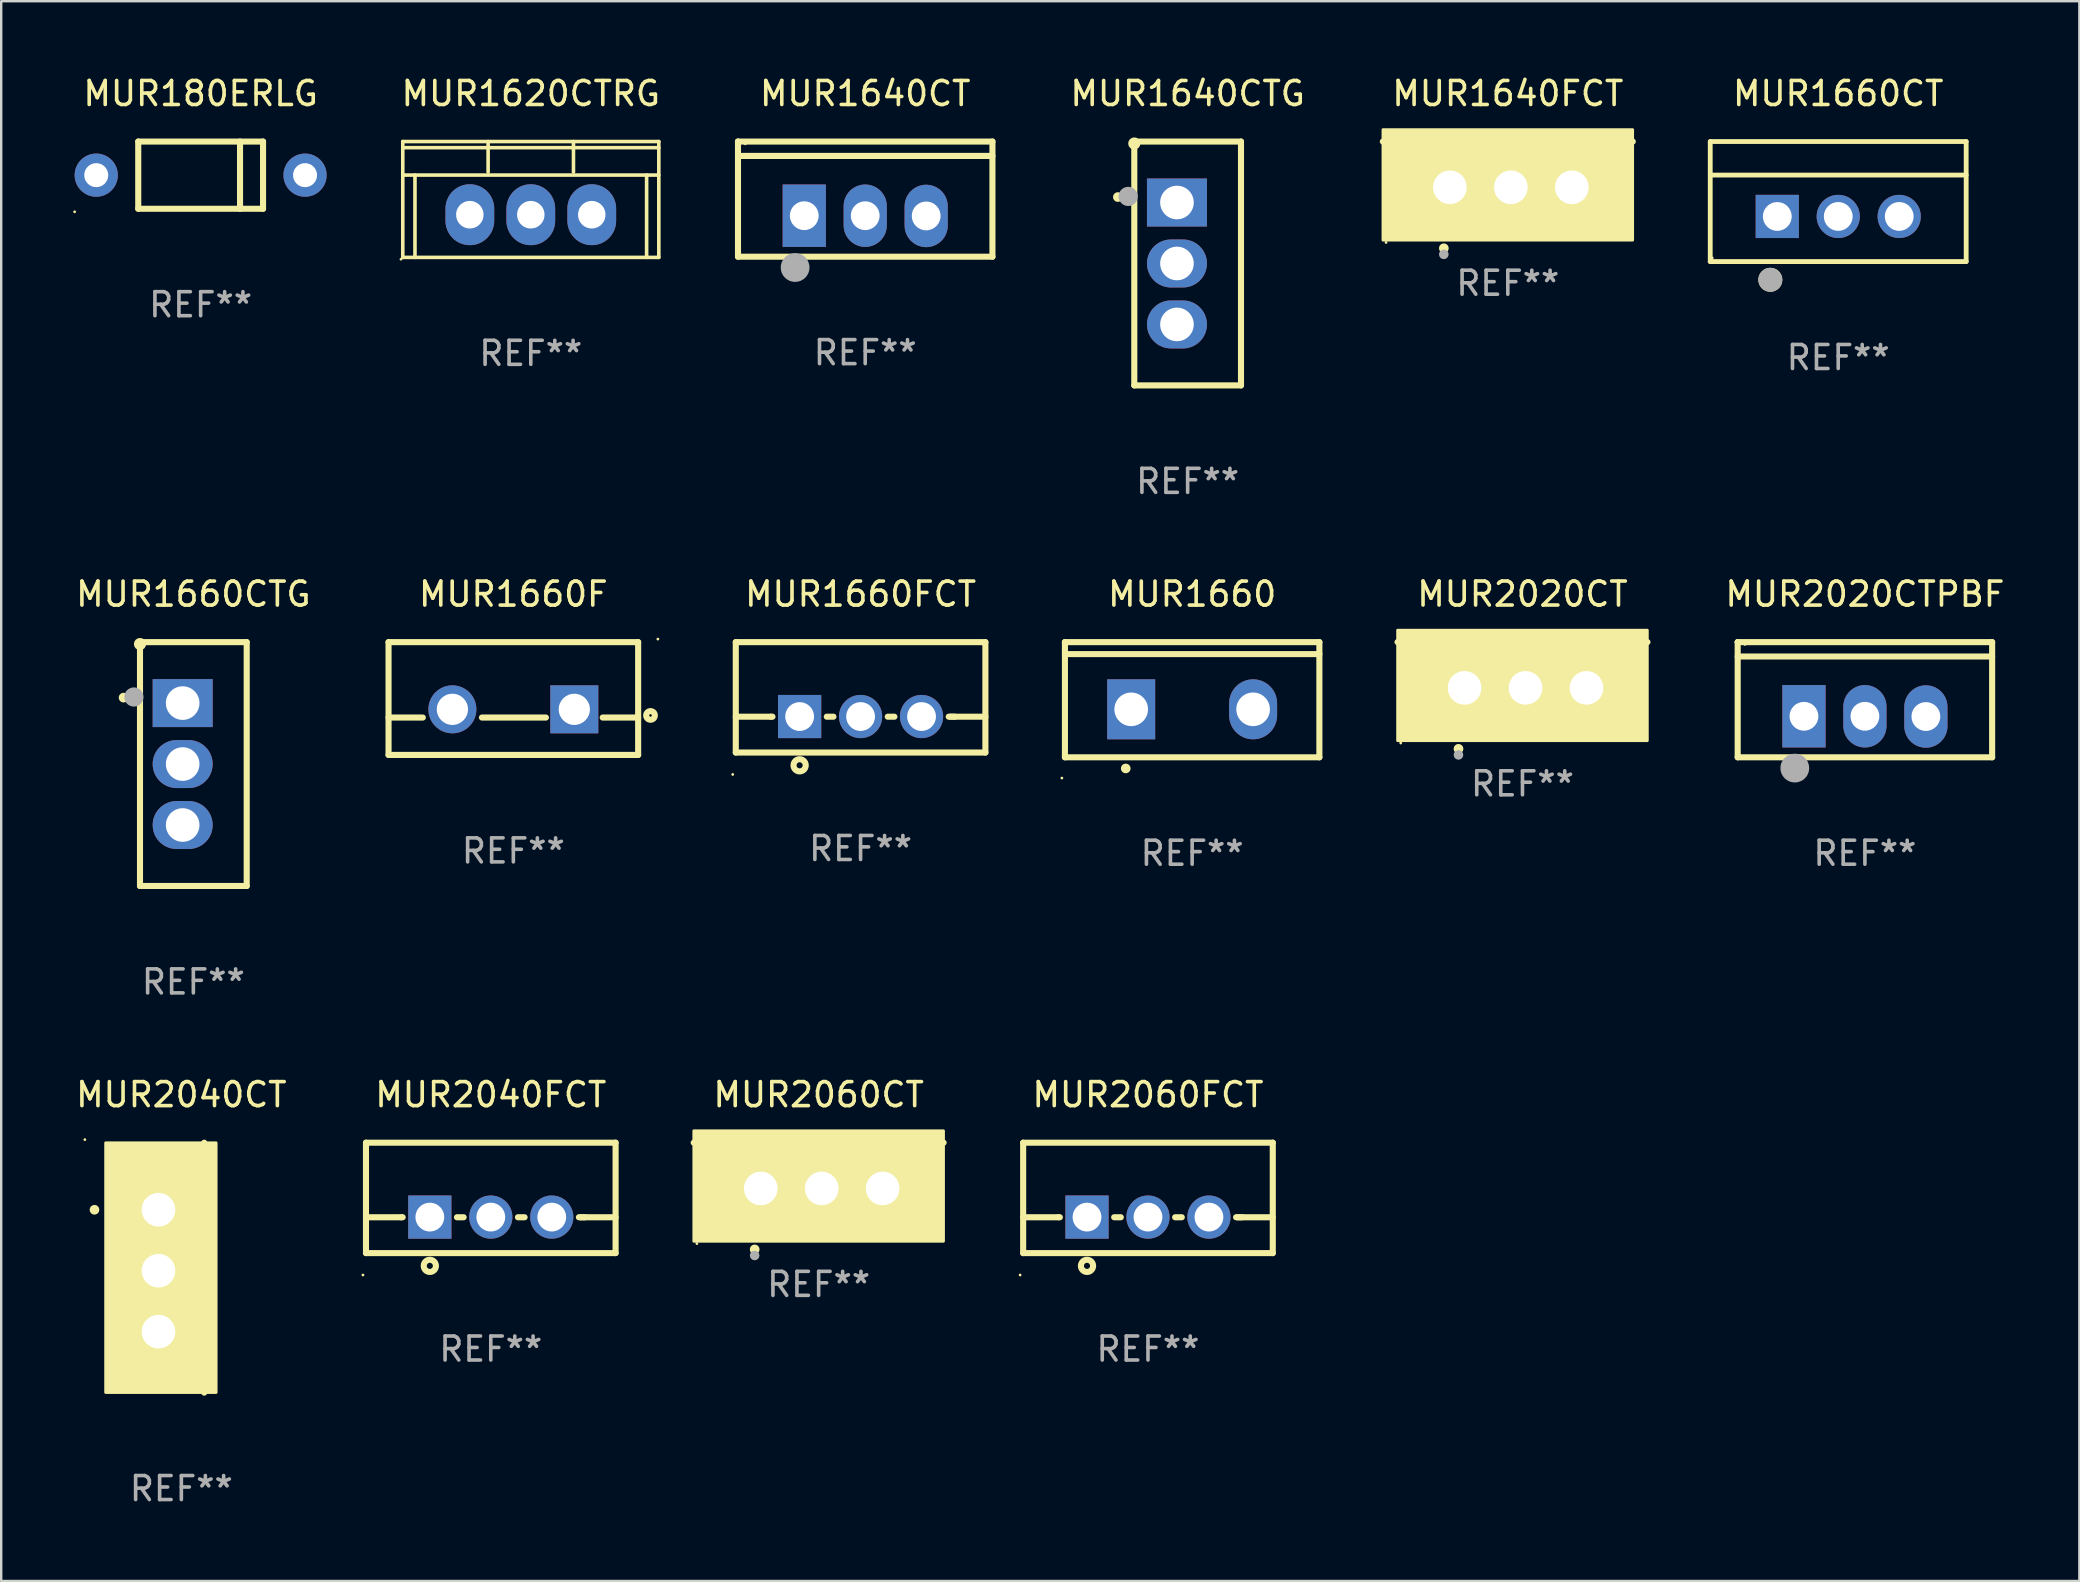
<source format=kicad_pcb>
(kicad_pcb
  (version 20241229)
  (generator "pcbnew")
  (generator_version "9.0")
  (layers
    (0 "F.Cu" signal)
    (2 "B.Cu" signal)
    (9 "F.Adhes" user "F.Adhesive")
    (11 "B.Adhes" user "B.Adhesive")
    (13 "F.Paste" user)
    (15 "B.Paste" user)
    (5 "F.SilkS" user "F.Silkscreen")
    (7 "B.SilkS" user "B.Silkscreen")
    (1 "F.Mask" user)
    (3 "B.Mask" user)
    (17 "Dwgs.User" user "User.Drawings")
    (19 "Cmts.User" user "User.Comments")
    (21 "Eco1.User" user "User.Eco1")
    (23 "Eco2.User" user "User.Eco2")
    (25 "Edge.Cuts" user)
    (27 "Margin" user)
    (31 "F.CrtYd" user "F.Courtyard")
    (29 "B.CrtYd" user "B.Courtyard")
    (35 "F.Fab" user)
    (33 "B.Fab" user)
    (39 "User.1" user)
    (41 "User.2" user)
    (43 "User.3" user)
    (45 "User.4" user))
  (footprint "MUR1660CTG"
    (layer "F.Cu")
    (at 5.006 28.785)
    (property "Reference" "MUR1660CTG" (at 0 -7.08 0) (layer "F.SilkS") (effects (font (size 1 1) (thickness 0.15))))
    (attr through_hole)
    (fp_line (start -2.223 -4.953) (end -2.223 5.08) (stroke (width 0.254) (type solid)) (layer "F.SilkS"))
    (fp_line (start -2.223 5.08) (end 2.223 5.08) (stroke (width 0.254) (type solid)) (layer "F.SilkS"))
    (fp_line (start 2.223 -5.08) (end -2.223 -5.08) (stroke (width 0.254) (type solid)) (layer "F.SilkS"))
    (fp_line (start 2.223 5.08) (end 2.223 -5.08) (stroke (width 0.254) (type solid)) (layer "F.SilkS"))
    (fp_arc (start -2.908306 -2.766066) (mid -2.90831 -2.767336) (end -2.908306 -2.768606) (stroke (width 0.4) (type solid)) (layer "F.SilkS"))
    (fp_circle (center -2.223 -5) (end -2.096 -5) (stroke (width 0.254) (type solid)) (fill no) (layer "F.SilkS"))
    (fp_circle (center -2.477 -2.794) (end -2.277 -2.794) (stroke (width 0.4) (type solid)) (fill no) (layer "F.Fab"))
    (fp_text user "REF**" (at 0 9.08 0) (layer "F.Fab") (effects (font (size 1 1) (thickness 0.15))))
    (pad "1" thru_hole rect (at -0.445 -2.54 270) (size 2 2.5) (drill 1.4) (layers "*.Cu" "*.Mask"))
    (pad "2" thru_hole oval (at -0.445 0 270) (size 2 2.5) (drill 1.4) (layers "*.Cu" "*.Mask"))
    (pad "3" thru_hole oval (at -0.445 2.54 270) (size 2 2.5) (drill 1.4) (layers "*.Cu" "*.Mask")))
  (footprint "MUR1660FCT"
    (layer "F.Cu")
    (at 32.807 26.005)
    (property "Reference" "MUR1660FCT" (at 0 -4.3 0) (layer "F.SilkS") (effects (font (size 1 1) (thickness 0.15))))
    (attr through_hole)
    (fp_line (start -5.2 -2.3) (end -5.2 2.3) (stroke (width 0.254) (type solid)) (layer "F.SilkS"))
    (fp_line (start -5.2 -2.3) (end 5.2 -2.3) (stroke (width 0.254) (type solid)) (layer "F.SilkS"))
    (fp_line (start -5.2 0.807) (end -3.731 0.807) (stroke (width 0.254) (type solid)) (layer "F.SilkS"))
    (fp_line (start -5.2 2.3) (end 5.2 2.3) (stroke (width 0.254) (type solid)) (layer "F.SilkS"))
    (fp_line (start -3.731 0.807) (end -3.671 0.807) (stroke (width 0.254) (type solid)) (layer "F.SilkS"))
    (fp_line (start -1.409 0.807) (end -1.131 0.807) (stroke (width 0.254) (type solid)) (layer "F.SilkS"))
    (fp_line (start 1.131 0.807) (end 1.409 0.807) (stroke (width 0.254) (type solid)) (layer "F.SilkS"))
    (fp_line (start 3.671 0.807) (end 3.926 0.807) (stroke (width 0.254) (type solid)) (layer "F.SilkS"))
    (fp_line (start 3.731 0.807) (end 5.2 0.807) (stroke (width 0.254) (type solid)) (layer "F.SilkS"))
    (fp_line (start 5.2 -2.3) (end 5.2 2.3) (stroke (width 0.254) (type solid)) (layer "F.SilkS"))
    (fp_circle (center -5.327 3.213) (end -5.297 3.213) (stroke (width 0.06) (type solid)) (fill no) (layer "F.SilkS"))
    (fp_circle (center -2.54 2.832) (end -2.286 2.832) (stroke (width 0.254) (type solid)) (fill no) (layer "F.SilkS"))
    (fp_text user "REF**" (at 0 6.3 0) (layer "F.Fab") (effects (font (size 1 1) (thickness 0.15))))
    (pad "1" thru_hole rect (at -2.54 0.8) (size 1.8 1.8) (drill 1.2) (layers "*.Cu" "*.Mask"))
    (pad "2" thru_hole circle (at 0 0.8) (size 1.8 1.8) (drill 1.2) (layers "*.Cu" "*.Mask"))
    (pad "3" thru_hole circle (at 2.54 0.8) (size 1.8 1.8) (drill 1.2) (layers "*.Cu" "*.Mask")))
  (footprint "MUR2040FCT"
    (layer "F.Cu")
    (at 17.399 46.861)
    (property "Reference" "MUR2040FCT" (at 0 -4.3 0) (layer "F.SilkS") (effects (font (size 1 1) (thickness 0.15))))
    (attr through_hole)
    (fp_line (start -5.2 -2.3) (end -5.2 2.3) (stroke (width 0.254) (type solid)) (layer "F.SilkS"))
    (fp_line (start -5.2 -2.3) (end 5.2 -2.3) (stroke (width 0.254) (type solid)) (layer "F.SilkS"))
    (fp_line (start -5.2 0.807) (end -3.731 0.807) (stroke (width 0.254) (type solid)) (layer "F.SilkS"))
    (fp_line (start -5.2 2.3) (end 5.2 2.3) (stroke (width 0.254) (type solid)) (layer "F.SilkS"))
    (fp_line (start -3.731 0.807) (end -3.671 0.807) (stroke (width 0.254) (type solid)) (layer "F.SilkS"))
    (fp_line (start -1.409 0.807) (end -1.131 0.807) (stroke (width 0.254) (type solid)) (layer "F.SilkS"))
    (fp_line (start 1.131 0.807) (end 1.409 0.807) (stroke (width 0.254) (type solid)) (layer "F.SilkS"))
    (fp_line (start 3.671 0.807) (end 3.926 0.807) (stroke (width 0.254) (type solid)) (layer "F.SilkS"))
    (fp_line (start 3.731 0.807) (end 5.2 0.807) (stroke (width 0.254) (type solid)) (layer "F.SilkS"))
    (fp_line (start 5.2 -2.3) (end 5.2 2.3) (stroke (width 0.254) (type solid)) (layer "F.SilkS"))
    (fp_circle (center -5.327 3.213) (end -5.297 3.213) (stroke (width 0.06) (type solid)) (fill no) (layer "F.SilkS"))
    (fp_circle (center -2.54 2.832) (end -2.286 2.832) (stroke (width 0.254) (type solid)) (fill no) (layer "F.SilkS"))
    (fp_text user "REF**" (at 0 6.3 0) (layer "F.Fab") (effects (font (size 1 1) (thickness 0.15))))
    (pad "1" thru_hole rect (at -2.54 0.8) (size 1.8 1.8) (drill 1.2) (layers "*.Cu" "*.Mask"))
    (pad "2" thru_hole circle (at 0 0.8) (size 1.8 1.8) (drill 1.2) (layers "*.Cu" "*.Mask"))
    (pad "3" thru_hole circle (at 2.54 0.8) (size 1.8 1.8) (drill 1.2) (layers "*.Cu" "*.Mask")))
  (footprint "MUR1640CT"
    (layer "F.Cu")
    (at 33 5.247)
    (property "Reference" "MUR1640CT" (at 0 -4.399 0) (layer "F.SilkS") (effects (font (size 1 1) (thickness 0.15))))
    (attr through_hole)
    (fp_line (start -5.301 -2.399) (end 5.301 -2.399) (stroke (width 0.254) (type solid)) (layer "F.SilkS"))
    (fp_line (start -5.301 -2.394) (end -5.301 -2.399) (stroke (width 0.254) (type solid)) (layer "F.SilkS"))
    (fp_line (start -5.301 2.399) (end -5.301 -2.394) (stroke (width 0.254) (type solid)) (layer "F.SilkS"))
    (fp_line (start 5.3 -1.8) (end -5.3 -1.8) (stroke (width 0.254) (type solid)) (layer "F.SilkS"))
    (fp_line (start 5.301 -2.399) (end 5.301 2.399) (stroke (width 0.254) (type solid)) (layer "F.SilkS"))
    (fp_line (start 5.301 2.399) (end -5.301 2.399) (stroke (width 0.254) (type solid)) (layer "F.SilkS"))
    (fp_arc (start -2.769977 3.025032) (mid -2.768707 3.025028) (end -2.767437 3.025032) (stroke (width 0.4) (type solid)) (layer "F.SilkS"))
    (fp_circle (center -5 -2.305) (end -4.97 -2.305) (stroke (width 0.06) (type solid)) (fill no) (layer "F.SilkS"))
    (fp_circle (center -2.921 2.849) (end -2.621 2.849) (stroke (width 0.6) (type solid)) (fill no) (layer "F.Fab"))
    (fp_text user "REF**" (at 0 6.399 0) (layer "F.Fab") (effects (font (size 1 1) (thickness 0.15))))
    (pad "1" thru_hole rect (at -2.54 0.69) (size 1.8 2.6) (drill 1.2) (layers "*.Cu" "*.Mask"))
    (pad "2" thru_hole oval (at 0 0.69) (size 1.8 2.6) (drill 1.2) (layers "*.Cu" "*.Mask"))
    (pad "3" thru_hole oval (at 2.54 0.7) (size 1.8 2.6) (drill 1.2) (layers "*.Cu" "*.Mask")))
  (footprint "MUR1640CTG"
    (layer "F.Cu")
    (at 46.434 7.928)
    (property "Reference" "MUR1640CTG" (at 0 -7.08 0) (layer "F.SilkS") (effects (font (size 1 1) (thickness 0.15))))
    (attr through_hole)
    (fp_line (start -2.223 -4.953) (end -2.223 5.08) (stroke (width 0.254) (type solid)) (layer "F.SilkS"))
    (fp_line (start -2.223 5.08) (end 2.223 5.08) (stroke (width 0.254) (type solid)) (layer "F.SilkS"))
    (fp_line (start 2.223 -5.08) (end -2.223 -5.08) (stroke (width 0.254) (type solid)) (layer "F.SilkS"))
    (fp_line (start 2.223 5.08) (end 2.223 -5.08) (stroke (width 0.254) (type solid)) (layer "F.SilkS"))
    (fp_arc (start -2.908306 -2.766066) (mid -2.90831 -2.767336) (end -2.908306 -2.768606) (stroke (width 0.4) (type solid)) (layer "F.SilkS"))
    (fp_circle (center -2.223 -5) (end -2.096 -5) (stroke (width 0.254) (type solid)) (fill no) (layer "F.SilkS"))
    (fp_circle (center -2.477 -2.794) (end -2.277 -2.794) (stroke (width 0.4) (type solid)) (fill no) (layer "F.Fab"))
    (fp_text user "REF**" (at 0 9.08 0) (layer "F.Fab") (effects (font (size 1 1) (thickness 0.15))))
    (pad "1" thru_hole rect (at -0.445 -2.54 270) (size 2 2.5) (drill 1.4) (layers "*.Cu" "*.Mask"))
    (pad "2" thru_hole oval (at -0.445 0 270) (size 2 2.5) (drill 1.4) (layers "*.Cu" "*.Mask"))
    (pad "3" thru_hole oval (at -0.445 2.54 270) (size 2 2.5) (drill 1.4) (layers "*.Cu" "*.Mask")))
  (footprint "MUR2040CT"
    (layer "F.Cu")
    (at 4.506 49.768)
    (property "Reference" "MUR2040CT" (at 0 -7.207 0) (layer "F.SilkS") (effects (font (size 1 1) (thickness 0.15))))
    (attr through_hole)
    (fp_line (start 0.953 5.207) (end 0.953 -5.207) (stroke (width 0.254) (type solid)) (layer "F.SilkS"))
    (fp_arc (start -3.619507 -2.410465) (mid -3.619511 -2.411735) (end -3.619507 -2.413005) (stroke (width 0.4) (type solid)) (layer "F.SilkS"))
    (fp_circle (center -4.02 -5.334) (end -3.99 -5.334) (stroke (width 0.06) (type solid)) (fill no) (layer "F.SilkS"))
    (fp_poly (pts (xy -3.152 -5.2) (xy 1.448 -5.2) (xy 1.448 5.2) (xy -3.152 5.2)) (stroke (width 0.12) (type solid)) (fill yes) (layer "F.SilkS"))
    (fp_text user "REF**" (at 0 9.207 0) (layer "F.Fab") (effects (font (size 1 1) (thickness 0.15))))
    (pad "1" thru_hole rect (at -0.953 -2.413 270) (size 2 2.5) (drill 1.4) (layers "*.Cu" "*.Mask"))
    (pad "2" thru_hole oval (at -0.953 0.127 270) (size 2 2.5) (drill 1.4) (layers "*.Cu" "*.Mask"))
    (pad "3" thru_hole oval (at -0.953 2.667 270) (size 2 2.5) (drill 1.4) (layers "*.Cu" "*.Mask")))
  (footprint "MUR1620CTRG"
    (layer "F.Cu")
    (at 19.066 5.261)
    (property "Reference" "MUR1620CTRG" (at 0 -4.413 0) (layer "F.SilkS") (effects (font (size 1 1) (thickness 0.15))))
    (attr through_hole)
    (fp_line (start -5.334 -2.413) (end 5.334 -2.413) (stroke (width 0.15) (type solid)) (layer "F.SilkS"))
    (fp_line (start -5.334 -1.016) (end 5.334 -1.016) (stroke (width 0.15) (type solid)) (layer "F.SilkS"))
    (fp_line (start -5.334 2.413) (end -5.334 -2.413) (stroke (width 0.15) (type solid)) (layer "F.SilkS"))
    (fp_line (start -4.826 -1.016) (end -4.826 2.413) (stroke (width 0.15) (type solid)) (layer "F.SilkS"))
    (fp_line (start -1.778 -1.143) (end -1.778 -2.413) (stroke (width 0.15) (type solid)) (layer "F.SilkS"))
    (fp_line (start 1.778 -1.143) (end 1.778 -2.413) (stroke (width 0.15) (type solid)) (layer "F.SilkS"))
    (fp_line (start 4.826 -1.016) (end 4.826 2.413) (stroke (width 0.15) (type solid)) (layer "F.SilkS"))
    (fp_line (start 5.334 -2.413) (end 5.334 2.413) (stroke (width 0.15) (type solid)) (layer "F.SilkS"))
    (fp_line (start 5.334 -2.159) (end -5.334 -2.159) (stroke (width 0.15) (type solid)) (layer "F.SilkS"))
    (fp_line (start 5.334 2.413) (end -5.334 2.413) (stroke (width 0.15) (type solid)) (layer "F.SilkS"))
    (fp_circle (center -5.409 2.488) (end -5.379 2.488) (stroke (width 0.06) (type solid)) (fill no) (layer "F.SilkS"))
    (fp_text user "REF**" (at 0 6.413 0) (layer "F.Fab") (effects (font (size 1 1) (thickness 0.15))))
    (pad "1" thru_hole oval (at -2.54 0.635) (size 2.032 2.54) (drill oval 1.143 1.148) (layers "*.Cu" "*.Mask"))
    (pad "2" thru_hole oval (at 0 0.635) (size 2.032 2.54) (drill oval 1.143 1.148) (layers "*.Cu" "*.Mask"))
    (pad "3" thru_hole oval (at 2.54 0.635) (size 2.032 2.54) (drill oval 1.143 1.148) (layers "*.Cu" "*.Mask")))
  (footprint "MUR1640FCT"
    (layer "F.Cu")
    (at 59.774 3.801)
    (property "Reference" "MUR1640FCT" (at 0 -2.953 0) (layer "F.SilkS") (effects (font (size 1 1) (thickness 0.15))))
    (attr through_hole)
    (fp_line (start 5.207 -0.953) (end -5.207 -0.953) (stroke (width 0.254) (type solid)) (layer "F.SilkS"))
    (fp_arc (start -2.66698 3.49252) (mid -2.66571 3.492516) (end -2.66444 3.49252) (stroke (width 0.4) (type solid)) (layer "F.SilkS"))
    (fp_circle (center -5.073 3.252) (end -5.043 3.252) (stroke (width 0.06) (type solid)) (fill no) (layer "F.SilkS"))
    (fp_poly (pts (xy -5.2 -1.448) (xy 5.2 -1.448) (xy 5.2 3.152) (xy -5.2 3.152)) (stroke (width 0.12) (type solid)) (fill yes) (layer "F.SilkS"))
    (fp_circle (center -2.667 3.747) (end -2.567 3.747) (stroke (width 0.2) (type solid)) (fill no) (layer "F.Fab"))
    (fp_text user "REF**" (at 0 4.953 0) (layer "F.Fab") (effects (font (size 1 1) (thickness 0.15))))
    (pad "1" thru_hole rect (at -2.413 0.953) (size 2 2.5) (drill 1.4) (layers "*.Cu" "*.Mask"))
    (pad "2" thru_hole oval (at 0.127 0.953) (size 2 2.5) (drill 1.4) (layers "*.Cu" "*.Mask"))
    (pad "3" thru_hole oval (at 2.667 0.953) (size 2 2.5) (drill 1.4) (layers "*.Cu" "*.Mask")))
  (footprint "MUR2020CT"
    (layer "F.Cu")
    (at 60.385 24.657)
    (property "Reference" "MUR2020CT" (at 0 -2.953 0) (layer "F.SilkS") (effects (font (size 1 1) (thickness 0.15))))
    (attr through_hole)
    (fp_line (start 5.207 -0.953) (end -5.207 -0.953) (stroke (width 0.254) (type solid)) (layer "F.SilkS"))
    (fp_arc (start -2.66698 3.49252) (mid -2.66571 3.492516) (end -2.66444 3.49252) (stroke (width 0.4) (type solid)) (layer "F.SilkS"))
    (fp_circle (center -5.073 3.252) (end -5.043 3.252) (stroke (width 0.06) (type solid)) (fill no) (layer "F.SilkS"))
    (fp_poly (pts (xy -5.2 -1.448) (xy 5.2 -1.448) (xy 5.2 3.152) (xy -5.2 3.152)) (stroke (width 0.12) (type solid)) (fill yes) (layer "F.SilkS"))
    (fp_circle (center -2.667 3.747) (end -2.567 3.747) (stroke (width 0.2) (type solid)) (fill no) (layer "F.Fab"))
    (fp_text user "REF**" (at 0 4.953 0) (layer "F.Fab") (effects (font (size 1 1) (thickness 0.15))))
    (pad "1" thru_hole rect (at -2.413 0.953) (size 2 2.5) (drill 1.4) (layers "*.Cu" "*.Mask"))
    (pad "2" thru_hole oval (at 0.127 0.953) (size 2 2.5) (drill 1.4) (layers "*.Cu" "*.Mask"))
    (pad "3" thru_hole oval (at 2.667 0.953) (size 2 2.5) (drill 1.4) (layers "*.Cu" "*.Mask")))
  (footprint "MUR1660"
    (layer "F.Cu")
    (at 46.622 26.104)
    (property "Reference" "MUR1660" (at 0 -4.399 0) (layer "F.SilkS") (effects (font (size 1 1) (thickness 0.15))))
    (attr through_hole)
    (fp_line (start -5.301 -2.399) (end 5.301 -2.399) (stroke (width 0.254) (type solid)) (layer "F.SilkS"))
    (fp_line (start -5.301 -2.394) (end -5.301 -2.399) (stroke (width 0.254) (type solid)) (layer "F.SilkS"))
    (fp_line (start -5.301 2.399) (end -5.301 -2.394) (stroke (width 0.254) (type solid)) (layer "F.SilkS"))
    (fp_line (start 5.3 -1.9) (end -5.3 -1.9) (stroke (width 0.254) (type solid)) (layer "F.SilkS"))
    (fp_line (start 5.301 -2.399) (end 5.301 2.399) (stroke (width 0.254) (type solid)) (layer "F.SilkS"))
    (fp_line (start 5.301 2.399) (end -5.301 2.399) (stroke (width 0.254) (type solid)) (layer "F.SilkS"))
    (fp_arc (start -2.768606 2.863843) (mid -2.767336 2.863839) (end -2.766066 2.863843) (stroke (width 0.4) (type solid)) (layer "F.SilkS"))
    (fp_circle (center -5.428 3.264) (end -5.398 3.264) (stroke (width 0.06) (type solid)) (fill no) (layer "F.SilkS"))
    (fp_text user "REF**" (at 0 6.399 0) (layer "F.Fab") (effects (font (size 1 1) (thickness 0.15))))
    (pad "1" thru_hole rect (at -2.54 0.4) (size 2 2.5) (drill 1.4) (layers "*.Cu" "*.Mask"))
    (pad "2" thru_hole oval (at 2.54 0.4) (size 2 2.5) (drill 1.4) (layers "*.Cu" "*.Mask")))
  (footprint "MUR1660F"
    (layer "F.Cu")
    (at 18.339 26.055)
    (property "Reference" "MUR1660F" (at 0 -4.35 0) (layer "F.SilkS") (effects (font (size 1 1) (thickness 0.15))))
    (attr through_hole)
    (fp_line (start -5.2 -2.35) (end -5.2 2.35) (stroke (width 0.254) (type solid)) (layer "F.SilkS"))
    (fp_line (start -5.2 -2.35) (end 5.2 -2.35) (stroke (width 0.254) (type solid)) (layer "F.SilkS"))
    (fp_line (start -5.2 0.792) (end -3.771 0.792) (stroke (width 0.254) (type solid)) (layer "F.SilkS"))
    (fp_line (start -5.2 2.35) (end 5.2 2.35) (stroke (width 0.254) (type solid)) (layer "F.SilkS"))
    (fp_line (start -1.309 0.792) (end 1.357 0.792) (stroke (width 0.254) (type solid)) (layer "F.SilkS"))
    (fp_line (start 3.723 0.792) (end 5.2 0.792) (stroke (width 0.254) (type solid)) (layer "F.SilkS"))
    (fp_line (start 5.2 -2.35) (end 5.2 2.35) (stroke (width 0.254) (type solid)) (layer "F.SilkS"))
    (fp_circle (center 5.715 0.704) (end 5.895 0.704) (stroke (width 0.254) (type solid)) (fill no) (layer "F.SilkS"))
    (fp_circle (center 6.022 -2.477) (end 6.052 -2.477) (stroke (width 0.06) (type solid)) (fill no) (layer "F.SilkS"))
    (fp_text user "REF**" (at 0 6.35 0) (layer "F.Fab") (effects (font (size 1 1) (thickness 0.15))))
    (pad "1" thru_hole rect (at 2.54 0.45) (size 2 2) (drill 1.3) (layers "*.Cu" "*.Mask"))
    (pad "2" thru_hole circle (at -2.54 0.45) (size 2 2) (drill 1.3) (layers "*.Cu" "*.Mask")))
  (footprint "MUR2020CTPBF"
    (layer "F.Cu")
    (at 74.653 26.104)
    (property "Reference" "MUR2020CTPBF" (at 0 -4.399 0) (layer "F.SilkS") (effects (font (size 1 1) (thickness 0.15))))
    (attr through_hole)
    (fp_line (start -5.301 -2.399) (end 5.301 -2.399) (stroke (width 0.254) (type solid)) (layer "F.SilkS"))
    (fp_line (start -5.301 -2.394) (end -5.301 -2.399) (stroke (width 0.254) (type solid)) (layer "F.SilkS"))
    (fp_line (start -5.301 2.399) (end -5.301 -2.394) (stroke (width 0.254) (type solid)) (layer "F.SilkS"))
    (fp_line (start 5.3 -1.8) (end -5.3 -1.8) (stroke (width 0.254) (type solid)) (layer "F.SilkS"))
    (fp_line (start 5.301 -2.399) (end 5.301 2.399) (stroke (width 0.254) (type solid)) (layer "F.SilkS"))
    (fp_line (start 5.301 2.399) (end -5.301 2.399) (stroke (width 0.254) (type solid)) (layer "F.SilkS"))
    (fp_arc (start -2.769977 3.025032) (mid -2.768707 3.025028) (end -2.767437 3.025032) (stroke (width 0.4) (type solid)) (layer "F.SilkS"))
    (fp_circle (center -5 -2.305) (end -4.97 -2.305) (stroke (width 0.06) (type solid)) (fill no) (layer "F.SilkS"))
    (fp_circle (center -2.921 2.849) (end -2.621 2.849) (stroke (width 0.6) (type solid)) (fill no) (layer "F.Fab"))
    (fp_text user "REF**" (at 0 6.399 0) (layer "F.Fab") (effects (font (size 1 1) (thickness 0.15))))
    (pad "1" thru_hole rect (at -2.54 0.69) (size 1.8 2.6) (drill 1.2) (layers "*.Cu" "*.Mask"))
    (pad "2" thru_hole oval (at 0 0.69) (size 1.8 2.6) (drill 1.2) (layers "*.Cu" "*.Mask"))
    (pad "3" thru_hole oval (at 2.54 0.7) (size 1.8 2.6) (drill 1.2) (layers "*.Cu" "*.Mask")))
  (footprint "MUR2060CT"
    (layer "F.Cu")
    (at 31.06 45.514)
    (property "Reference" "MUR2060CT" (at 0 -2.953 0) (layer "F.SilkS") (effects (font (size 1 1) (thickness 0.15))))
    (attr through_hole)
    (fp_line (start 5.207 -0.953) (end -5.207 -0.953) (stroke (width 0.254) (type solid)) (layer "F.SilkS"))
    (fp_arc (start -2.66698 3.49252) (mid -2.66571 3.492516) (end -2.66444 3.49252) (stroke (width 0.4) (type solid)) (layer "F.SilkS"))
    (fp_circle (center -5.073 3.252) (end -5.043 3.252) (stroke (width 0.06) (type solid)) (fill no) (layer "F.SilkS"))
    (fp_poly (pts (xy -5.2 -1.448) (xy 5.2 -1.448) (xy 5.2 3.152) (xy -5.2 3.152)) (stroke (width 0.12) (type solid)) (fill yes) (layer "F.SilkS"))
    (fp_circle (center -2.667 3.747) (end -2.567 3.747) (stroke (width 0.2) (type solid)) (fill no) (layer "F.Fab"))
    (fp_text user "REF**" (at 0 4.953 0) (layer "F.Fab") (effects (font (size 1 1) (thickness 0.15))))
    (pad "1" thru_hole rect (at -2.413 0.953) (size 2 2.5) (drill 1.4) (layers "*.Cu" "*.Mask"))
    (pad "2" thru_hole oval (at 0.127 0.953) (size 2 2.5) (drill 1.4) (layers "*.Cu" "*.Mask"))
    (pad "3" thru_hole oval (at 2.667 0.953) (size 2 2.5) (drill 1.4) (layers "*.Cu" "*.Mask")))
  (footprint "MUR2060FCT"
    (layer "F.Cu")
    (at 44.781 46.861)
    (property "Reference" "MUR2060FCT" (at 0 -4.3 0) (layer "F.SilkS") (effects (font (size 1 1) (thickness 0.15))))
    (attr through_hole)
    (fp_line (start -5.2 -2.3) (end -5.2 2.3) (stroke (width 0.254) (type solid)) (layer "F.SilkS"))
    (fp_line (start -5.2 -2.3) (end 5.2 -2.3) (stroke (width 0.254) (type solid)) (layer "F.SilkS"))
    (fp_line (start -5.2 0.807) (end -3.731 0.807) (stroke (width 0.254) (type solid)) (layer "F.SilkS"))
    (fp_line (start -5.2 2.3) (end 5.2 2.3) (stroke (width 0.254) (type solid)) (layer "F.SilkS"))
    (fp_line (start -3.731 0.807) (end -3.671 0.807) (stroke (width 0.254) (type solid)) (layer "F.SilkS"))
    (fp_line (start -1.409 0.807) (end -1.131 0.807) (stroke (width 0.254) (type solid)) (layer "F.SilkS"))
    (fp_line (start 1.131 0.807) (end 1.409 0.807) (stroke (width 0.254) (type solid)) (layer "F.SilkS"))
    (fp_line (start 3.671 0.807) (end 3.926 0.807) (stroke (width 0.254) (type solid)) (layer "F.SilkS"))
    (fp_line (start 3.731 0.807) (end 5.2 0.807) (stroke (width 0.254) (type solid)) (layer "F.SilkS"))
    (fp_line (start 5.2 -2.3) (end 5.2 2.3) (stroke (width 0.254) (type solid)) (layer "F.SilkS"))
    (fp_circle (center -5.327 3.213) (end -5.297 3.213) (stroke (width 0.06) (type solid)) (fill no) (layer "F.SilkS"))
    (fp_circle (center -2.54 2.832) (end -2.286 2.832) (stroke (width 0.254) (type solid)) (fill no) (layer "F.SilkS"))
    (fp_text user "REF**" (at 0 6.3 0) (layer "F.Fab") (effects (font (size 1 1) (thickness 0.15))))
    (pad "1" thru_hole rect (at -2.54 0.8) (size 1.8 1.8) (drill 1.2) (layers "*.Cu" "*.Mask"))
    (pad "2" thru_hole circle (at 0 0.8) (size 1.8 1.8) (drill 1.2) (layers "*.Cu" "*.Mask"))
    (pad "3" thru_hole circle (at 2.54 0.8) (size 1.8 1.8) (drill 1.2) (layers "*.Cu" "*.Mask")))
  (footprint "MUR1660CT"
    (layer "F.Cu")
    (at 73.54 5.348)
    (property "Reference" "MUR1660CT" (at 0 -4.5 0) (layer "F.SilkS") (effects (font (size 1 1) (thickness 0.15))))
    (attr through_hole)
    (fp_line (start -5.332 2.5) (end -5.332 -2.5) (stroke (width 0.201) (type solid)) (layer "F.SilkS"))
    (fp_line (start -5.328 -2.5) (end 5.332 -2.5) (stroke (width 0.201) (type solid)) (layer "F.SilkS"))
    (fp_line (start -5.328 -1.104) (end 5.332 -1.104) (stroke (width 0.201) (type solid)) (layer "F.SilkS"))
    (fp_line (start 5.332 -2.5) (end 5.332 2.5) (stroke (width 0.201) (type solid)) (layer "F.SilkS"))
    (fp_line (start 5.332 2.5) (end -5.332 2.5) (stroke (width 0.201) (type solid)) (layer "F.SilkS"))
    (fp_circle (center -5.248 2.35) (end -5.218 2.35) (stroke (width 0.06) (type solid)) (fill no) (layer "F.SilkS"))
    (fp_circle (center -2.828 3.26) (end -2.578 3.26) (stroke (width 0.5) (type solid)) (fill no) (layer "F.SilkS"))
    (fp_circle (center -2.828 3.26) (end -2.578 3.26) (stroke (width 0.5) (type solid)) (fill no) (layer "F.Fab"))
    (fp_text user "REF**" (at 0 6.5 0) (layer "F.Fab") (effects (font (size 1 1) (thickness 0.15))))
    (pad "1" thru_hole rect (at -2.538 0.62) (size 1.8 1.8) (drill 1.2) (layers "*.Cu" "*.Mask"))
    (pad "2" thru_hole circle (at 0.002 0.62) (size 1.8 1.8) (drill 1.2) (layers "*.Cu" "*.Mask"))
    (pad "3" thru_hole circle (at 2.542 0.62) (size 1.8 1.8) (drill 1.2) (layers "*.Cu" "*.Mask")))
  (footprint "MUR180ERLG"
    (layer "F.Cu")
    (at 5.31 4.248)
    (property "Reference" "MUR180ERLG" (at 0 -3.4 0) (layer "F.SilkS") (effects (font (size 1 1) (thickness 0.15))))
    (attr through_hole)
    (fp_line (start -2.6 1.4) (end -2.6 -1.4) (stroke (width 0.254) (type solid)) (layer "F.SilkS"))
    (fp_line (start 1.641 1.4) (end 1.641 -1.4) (stroke (width 0.254) (type solid)) (layer "F.SilkS"))
    (fp_line (start 2.6 -1.4) (end -2.6 -1.4) (stroke (width 0.254) (type solid)) (layer "F.SilkS"))
    (fp_line (start 2.6 1.4) (end -2.6 1.4) (stroke (width 0.254) (type solid)) (layer "F.SilkS"))
    (fp_line (start 2.6 1.4) (end 2.6 -1.4) (stroke (width 0.254) (type solid)) (layer "F.SilkS"))
    (fp_circle (center -5.25 1.527) (end -5.22 1.527) (stroke (width 0.06) (type solid)) (fill no) (layer "F.SilkS"))
    (fp_text user "REF**" (at 0 5.4 0) (layer "F.Fab") (effects (font (size 1 1) (thickness 0.15))))
    (pad "1" thru_hole circle (at -4.35 0) (size 1.8 1.8) (drill 1) (layers "*.Cu" "*.Mask"))
    (pad "2" thru_hole circle (at 4.35 0) (size 1.8 1.8) (drill 1) (layers "*.Cu" "*.Mask")))
  (gr_rect
    (start -3 -3)
    (end 83.588 62.824)
    (stroke (width 0.1) (type default))
    (fill no)
    (layer "Edge.Cuts")))
</source>
